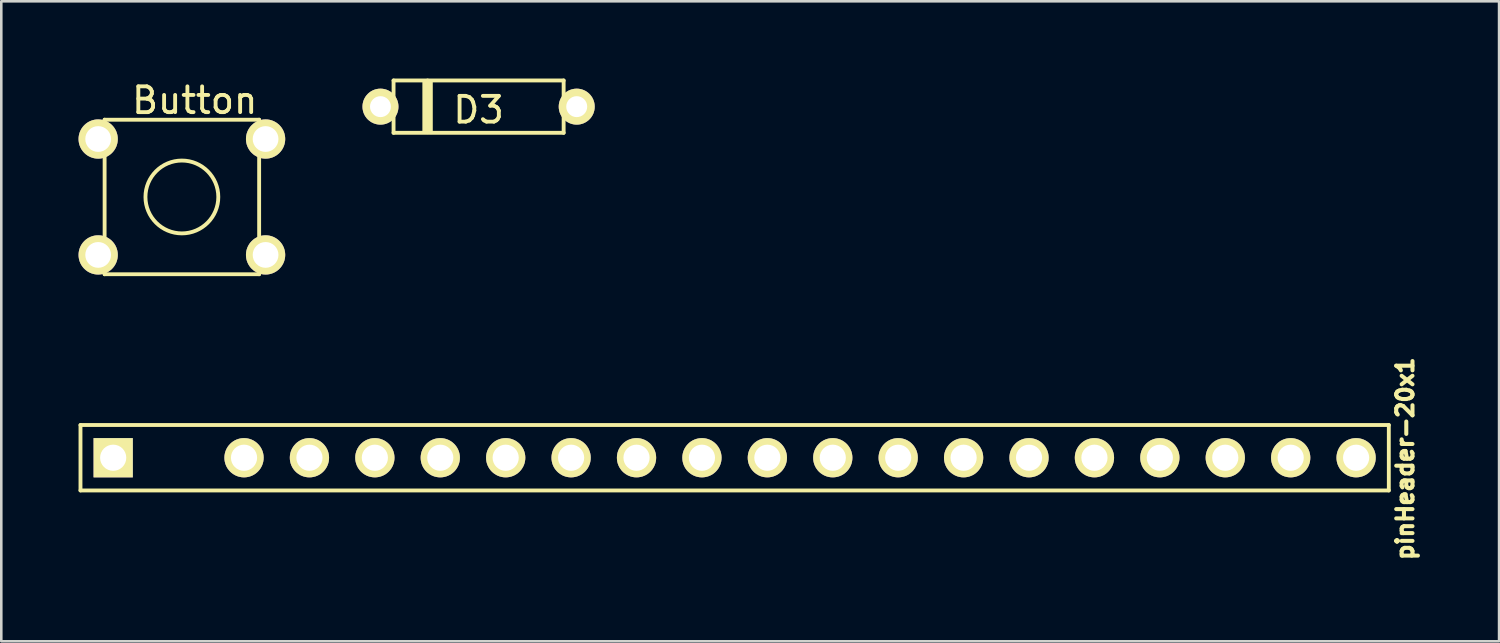
<source format=kicad_pcb>
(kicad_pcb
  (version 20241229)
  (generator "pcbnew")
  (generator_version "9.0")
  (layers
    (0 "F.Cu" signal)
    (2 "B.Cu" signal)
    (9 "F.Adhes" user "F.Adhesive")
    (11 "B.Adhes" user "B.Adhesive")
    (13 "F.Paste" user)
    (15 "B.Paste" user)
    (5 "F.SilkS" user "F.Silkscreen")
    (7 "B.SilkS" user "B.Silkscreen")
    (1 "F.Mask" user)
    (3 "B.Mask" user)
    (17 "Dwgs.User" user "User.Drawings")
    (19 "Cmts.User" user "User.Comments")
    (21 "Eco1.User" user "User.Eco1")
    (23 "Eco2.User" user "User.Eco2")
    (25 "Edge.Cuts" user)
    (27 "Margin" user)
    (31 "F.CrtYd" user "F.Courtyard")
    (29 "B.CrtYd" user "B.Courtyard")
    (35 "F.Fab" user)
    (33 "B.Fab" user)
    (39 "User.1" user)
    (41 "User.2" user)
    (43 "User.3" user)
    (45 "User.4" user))
  (footprint "pinHeader-20x1"
    (layer "F.Cu")
    (at 25.475 14.723)
    (property "Reference" "pinHeader-20x1" (at 26.035 0.038 90) (layer "F.SilkS") (effects (font (size 0.632 0.632) (thickness 0.157))))
    (attr through_hole)
    (fp_line (start -25.4 1.27) (end -25.4 -1.27) (stroke (width 0.15) (type solid)) (layer "F.SilkS"))
    (fp_line (start -25.4 1.27) (end 25.4 1.27) (stroke (width 0.15) (type solid)) (layer "F.SilkS"))
    (fp_line (start 25.4 -1.27) (end -25.4 -1.27) (stroke (width 0.15) (type solid)) (layer "F.SilkS"))
    (fp_line (start 25.4 -1.27) (end 25.4 1.27) (stroke (width 0.15) (type solid)) (layer "F.SilkS"))
    (pad "1" thru_hole rect (at -24.13 0) (size 1.524 1.524) (drill 1.016) (layers "*.Cu" "*.Mask" "F.SilkS"))
    (pad "3" thru_hole circle (at -19.05 0) (size 1.524 1.524) (drill 1.016) (layers "*.Cu" "*.Mask" "F.SilkS"))
    (pad "4" thru_hole circle (at -16.51 0) (size 1.524 1.524) (drill 1.016) (layers "*.Cu" "*.Mask" "F.SilkS"))
    (pad "5" thru_hole circle (at -13.97 0) (size 1.524 1.524) (drill 1.016) (layers "*.Cu" "*.Mask" "F.SilkS"))
    (pad "6" thru_hole circle (at -11.43 0) (size 1.524 1.524) (drill 1.016) (layers "*.Cu" "*.Mask" "F.SilkS"))
    (pad "7" thru_hole circle (at -8.89 0) (size 1.524 1.524) (drill 1.016) (layers "*.Cu" "*.Mask" "F.SilkS"))
    (pad "8" thru_hole circle (at -6.35 0) (size 1.524 1.524) (drill 1.016) (layers "*.Cu" "*.Mask" "F.SilkS"))
    (pad "9" thru_hole circle (at -3.81 0) (size 1.524 1.524) (drill 1.016) (layers "*.Cu" "*.Mask" "F.SilkS"))
    (pad "10" thru_hole circle (at -1.27 0) (size 1.524 1.524) (drill 1.016) (layers "*.Cu" "*.Mask" "F.SilkS"))
    (pad "11" thru_hole circle (at 1.27 0) (size 1.524 1.524) (drill 1.016) (layers "*.Cu" "*.Mask" "F.SilkS"))
    (pad "12" thru_hole circle (at 3.81 0) (size 1.524 1.524) (drill 1.016) (layers "*.Cu" "*.Mask" "F.SilkS"))
    (pad "13" thru_hole circle (at 6.35 0) (size 1.524 1.524) (drill 1.016) (layers "*.Cu" "*.Mask" "F.SilkS"))
    (pad "14" thru_hole circle (at 8.89 0) (size 1.524 1.524) (drill 1.016) (layers "*.Cu" "*.Mask" "F.SilkS"))
    (pad "15" thru_hole circle (at 11.43 0) (size 1.524 1.524) (drill 1.016) (layers "*.Cu" "*.Mask" "F.SilkS"))
    (pad "16" thru_hole circle (at 13.97 0) (size 1.524 1.524) (drill 1.016) (layers "*.Cu" "*.Mask" "F.SilkS"))
    (pad "17" thru_hole circle (at 16.51 0) (size 1.524 1.524) (drill 1.016) (layers "*.Cu" "*.Mask" "F.SilkS"))
    (pad "18" thru_hole circle (at 19.05 0) (size 1.524 1.524) (drill 1.016) (layers "*.Cu" "*.Mask" "F.SilkS"))
    (pad "19" thru_hole circle (at 21.59 0) (size 1.524 1.524) (drill 1.016) (layers "*.Cu" "*.Mask" "F.SilkS"))
    (pad "20" thru_hole circle (at 24.13 0) (size 1.524 1.524) (drill 1.016) (layers "*.Cu" "*.Mask" "F.SilkS")))
  (footprint "Button"
    (layer "F.Cu")
    (at 0.762 6.848)
    (property "Reference" "Button" (at 3.75 -6 0) (layer "F.SilkS") (effects (font (size 1 1) (thickness 0.15))))
    (attr through_hole)
    (fp_line (start 0.25 -5.25) (end 6.25 -5.25) (stroke (width 0.15) (type solid)) (layer "F.SilkS"))
    (fp_line (start 0.25 0.75) (end 0.25 -5.25) (stroke (width 0.15) (type solid)) (layer "F.SilkS"))
    (fp_line (start 6.25 -5.25) (end 6.25 0.75) (stroke (width 0.15) (type solid)) (layer "F.SilkS"))
    (fp_line (start 6.25 0.75) (end 0.25 0.75) (stroke (width 0.15) (type solid)) (layer "F.SilkS"))
    (fp_circle (center 3.25 -2.25) (end 2.25 -3.25) (stroke (width 0.15) (type solid)) (fill no) (layer "F.SilkS"))
    (pad "1" thru_hole circle (at 0 -4.5) (size 1.524 1.524) (drill 1) (layers "*.Cu" "*.Mask" "F.SilkS"))
    (pad "1" thru_hole circle (at 6.5 -4.5) (size 1.524 1.524) (drill 1) (layers "*.Cu" "*.Mask" "F.SilkS"))
    (pad "2" thru_hole circle (at 0 0) (size 1.524 1.524) (drill 1) (layers "*.Cu" "*.Mask" "F.SilkS"))
    (pad "2" thru_hole circle (at 6.5 0) (size 1.524 1.524) (drill 1) (layers "*.Cu" "*.Mask" "F.SilkS")))
  (footprint "D3"
    (layer "F.Cu")
    (at 15.533 1.091)
    (property "Reference" "D3" (at 0 0.127 0) (layer "F.SilkS") (effects (font (size 1 1) (thickness 0.15))))
    (attr through_hole)
    (fp_line (start -3.81 0) (end -3.302 0) (stroke (width 0.15) (type solid)) (layer "F.SilkS"))
    (fp_line (start -3.302 -1.016) (end -3.302 1.016) (stroke (width 0.15) (type solid)) (layer "F.SilkS"))
    (fp_line (start -3.302 1.016) (end 3.302 1.016) (stroke (width 0.15) (type solid)) (layer "F.SilkS"))
    (fp_line (start -2.108 -0.94) (end -2.108 0.94) (stroke (width 0.15) (type solid)) (layer "F.SilkS"))
    (fp_line (start -1.981 -1.016) (end -1.981 0.991) (stroke (width 0.15) (type solid)) (layer "F.SilkS"))
    (fp_line (start -1.854 0.991) (end -1.854 -0.965) (stroke (width 0.15) (type solid)) (layer "F.SilkS"))
    (fp_line (start 3.302 -1.016) (end -3.302 -1.016) (stroke (width 0.15) (type solid)) (layer "F.SilkS"))
    (fp_line (start 3.302 0) (end 3.302 -1.016) (stroke (width 0.15) (type solid)) (layer "F.SilkS"))
    (fp_line (start 3.302 1.016) (end 3.302 0) (stroke (width 0.15) (type solid)) (layer "F.SilkS"))
    (fp_line (start 3.81 0) (end 3.302 0) (stroke (width 0.15) (type solid)) (layer "F.SilkS"))
    (pad "1" thru_hole circle (at -3.81 0) (size 1.397 1.397) (drill 0.813) (layers "*.Cu" "*.Mask" "F.SilkS"))
    (pad "2" thru_hole circle (at 3.81 0) (size 1.397 1.397) (drill 0.813) (layers "*.Cu" "*.Mask" "F.SilkS")))
  (gr_rect
    (start -3 -3)
    (end 55.156 21.85)
    (stroke (width 0.1) (type default))
    (fill no)
    (layer "Edge.Cuts")))
</source>
